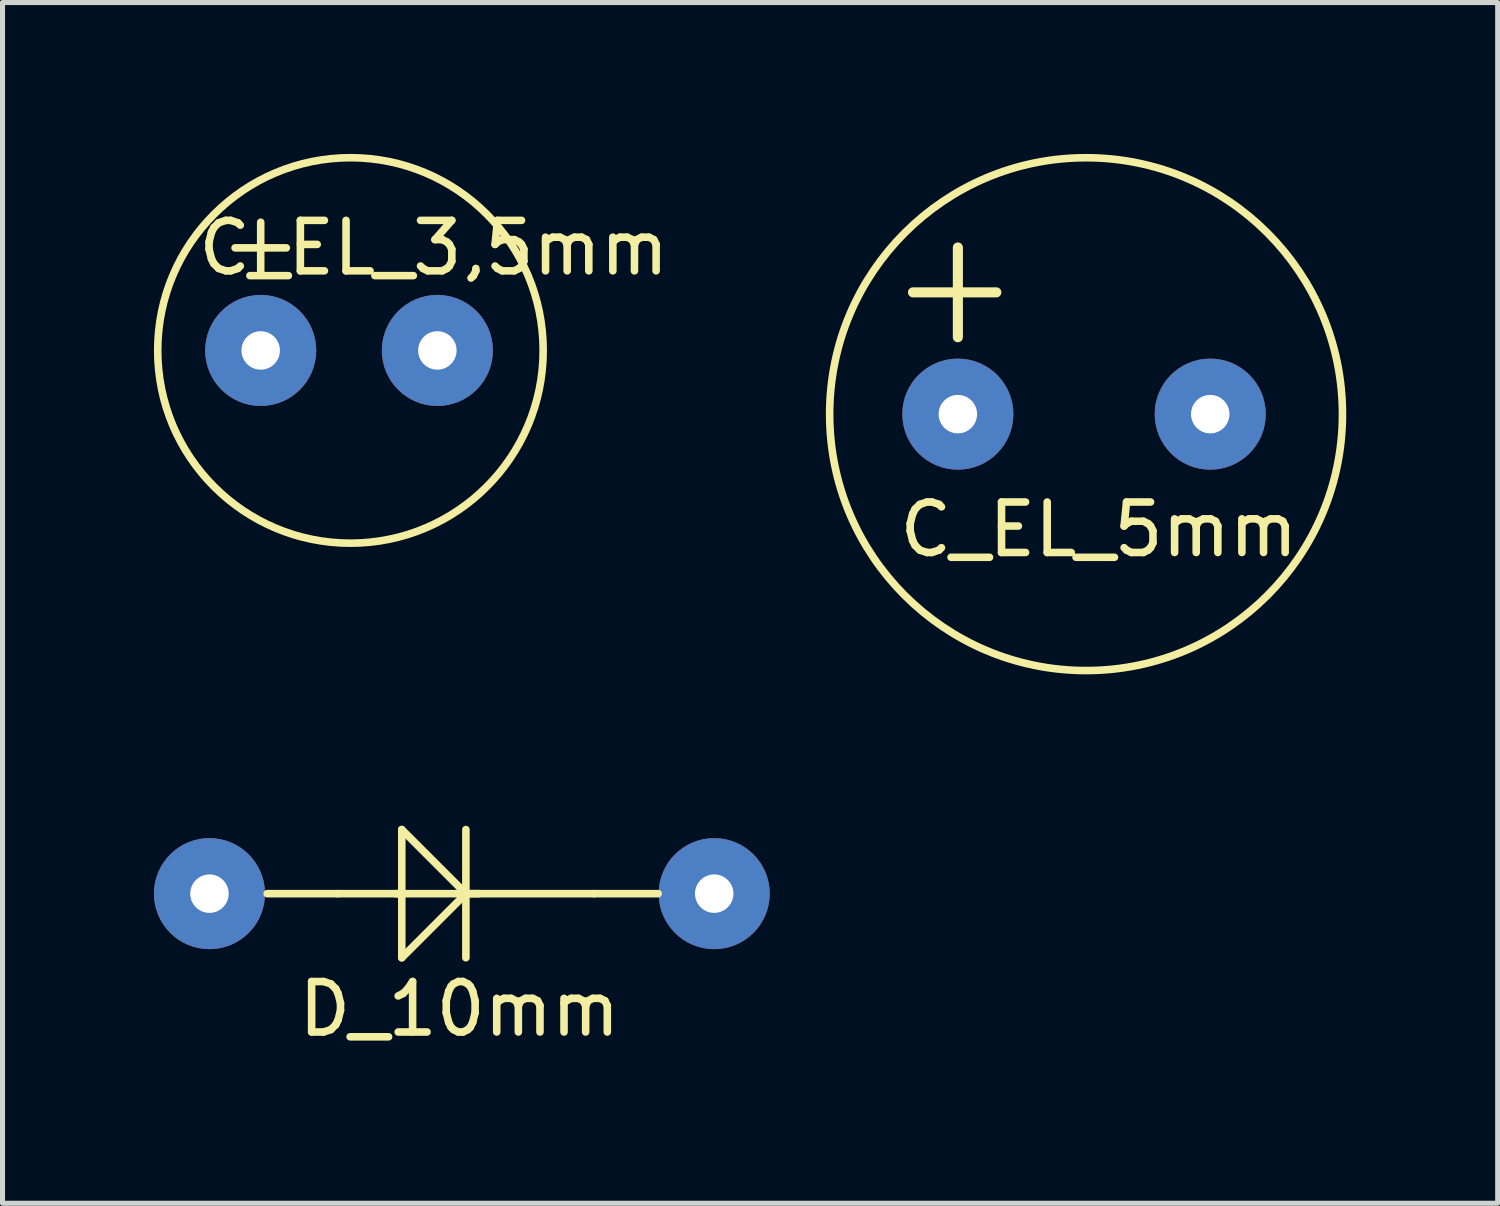
<source format=kicad_pcb>
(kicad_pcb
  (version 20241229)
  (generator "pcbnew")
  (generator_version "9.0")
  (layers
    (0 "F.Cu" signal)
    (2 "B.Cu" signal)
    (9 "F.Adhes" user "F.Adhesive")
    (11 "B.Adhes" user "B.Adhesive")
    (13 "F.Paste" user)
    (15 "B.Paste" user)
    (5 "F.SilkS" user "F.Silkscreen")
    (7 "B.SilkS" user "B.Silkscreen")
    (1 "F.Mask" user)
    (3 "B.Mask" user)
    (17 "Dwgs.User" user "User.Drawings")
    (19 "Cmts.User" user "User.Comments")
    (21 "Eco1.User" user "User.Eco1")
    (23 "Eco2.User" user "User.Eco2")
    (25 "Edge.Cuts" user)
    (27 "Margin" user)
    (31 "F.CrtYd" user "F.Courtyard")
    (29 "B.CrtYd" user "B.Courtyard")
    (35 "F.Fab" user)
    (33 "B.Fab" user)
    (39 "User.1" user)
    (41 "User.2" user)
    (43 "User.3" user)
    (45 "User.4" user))
  (footprint "C_EL_5mm"
    (layer "F.Cu")
    (at 15.927 5.155)
    (property "Reference" "C_EL_5mm" (at 2.794 2.286 0) (layer "F.SilkS") (effects (font (size 1 1) (thickness 0.15))))
    (attr through_hole)
    (fp_line (start 0 -1.524) (end 0 -3.302) (stroke (width 0.2) (type solid)) (layer "F.SilkS"))
    (fp_line (start 0.762 -2.413) (end -0.889 -2.413) (stroke (width 0.2) (type solid)) (layer "F.SilkS"))
    (fp_circle (center 2.54 0) (end 2.54 -5.08) (stroke (width 0.15) (type solid)) (fill no) (layer "F.SilkS"))
    (pad "1" thru_hole circle (at 0 0) (size 2.2 2.2) (drill 0.762) (layers "*.Cu" "*.Mask"))
    (pad "2" thru_hole circle (at 5 0) (size 2.2 2.2) (drill 0.762) (layers "*.Cu" "*.Mask")))
  (footprint "D_10mm"
    (layer "F.Cu")
    (at 1.1 14.655)
    (property "Reference" "D_10mm" (at 4.953 2.286 0) (layer "F.SilkS") (effects (font (size 1 1) (thickness 0.15))))
    (attr through_hole)
    (fp_line (start 1.143 0) (end 2.54 0) (stroke (width 0.15) (type solid)) (layer "F.SilkS"))
    (fp_line (start 3.81 0) (end 2.54 0) (stroke (width 0.15) (type solid)) (layer "F.SilkS"))
    (fp_line (start 3.81 1.27) (end 3.81 -1.27) (stroke (width 0.15) (type solid)) (layer "F.SilkS"))
    (fp_line (start 5.08 -1.27) (end 5.08 1.27) (stroke (width 0.15) (type solid)) (layer "F.SilkS"))
    (fp_line (start 5.08 0) (end 3.81 -1.27) (stroke (width 0.15) (type solid)) (layer "F.SilkS"))
    (fp_line (start 5.08 0) (end 3.81 1.27) (stroke (width 0.15) (type solid)) (layer "F.SilkS"))
    (fp_line (start 5.08 0) (end 7.62 0) (stroke (width 0.15) (type solid)) (layer "F.SilkS"))
    (fp_line (start 5.334 0) (end 3.683 0) (stroke (width 0.15) (type solid)) (layer "F.SilkS"))
    (fp_line (start 7.62 0) (end 8.89 0) (stroke (width 0.15) (type solid)) (layer "F.SilkS"))
    (pad "1" thru_hole circle (at 0 0) (size 2.2 2.2) (drill 0.762) (layers "*.Cu" "*.Mask"))
    (pad "2" thru_hole circle (at 10 0) (size 2.2 2.2) (drill 0.762) (layers "*.Cu" "*.Mask")))
  (footprint "C_EL_3,5mm"
    (layer "F.Cu")
    (at 2.115 3.893)
    (property "Reference" "C_EL_3,5mm" (at 3.429 -2.032 0) (layer "F.SilkS") (effects (font (size 1 1) (thickness 0.15))))
    (attr through_hole)
    (fp_line (start -0.508 -2.032) (end 0.508 -2.032) (stroke (width 0.15) (type solid)) (layer "F.SilkS"))
    (fp_line (start 0 -1.524) (end 0 -2.54) (stroke (width 0.15) (type solid)) (layer "F.SilkS"))
    (fp_circle (center 1.778 0) (end 1.524 -3.81) (stroke (width 0.15) (type solid)) (fill no) (layer "F.SilkS"))
    (pad "1" thru_hole circle (at 0 0) (size 2.2 2.2) (drill 0.762) (layers "*.Cu" "*.Mask"))
    (pad "2" thru_hole circle (at 3.5 0) (size 2.2 2.2) (drill 0.762) (layers "*.Cu" "*.Mask")))
  (gr_rect
    (start -3 -3)
    (end 26.622 20.789)
    (stroke (width 0.1) (type default))
    (fill no)
    (layer "Edge.Cuts")))
</source>
